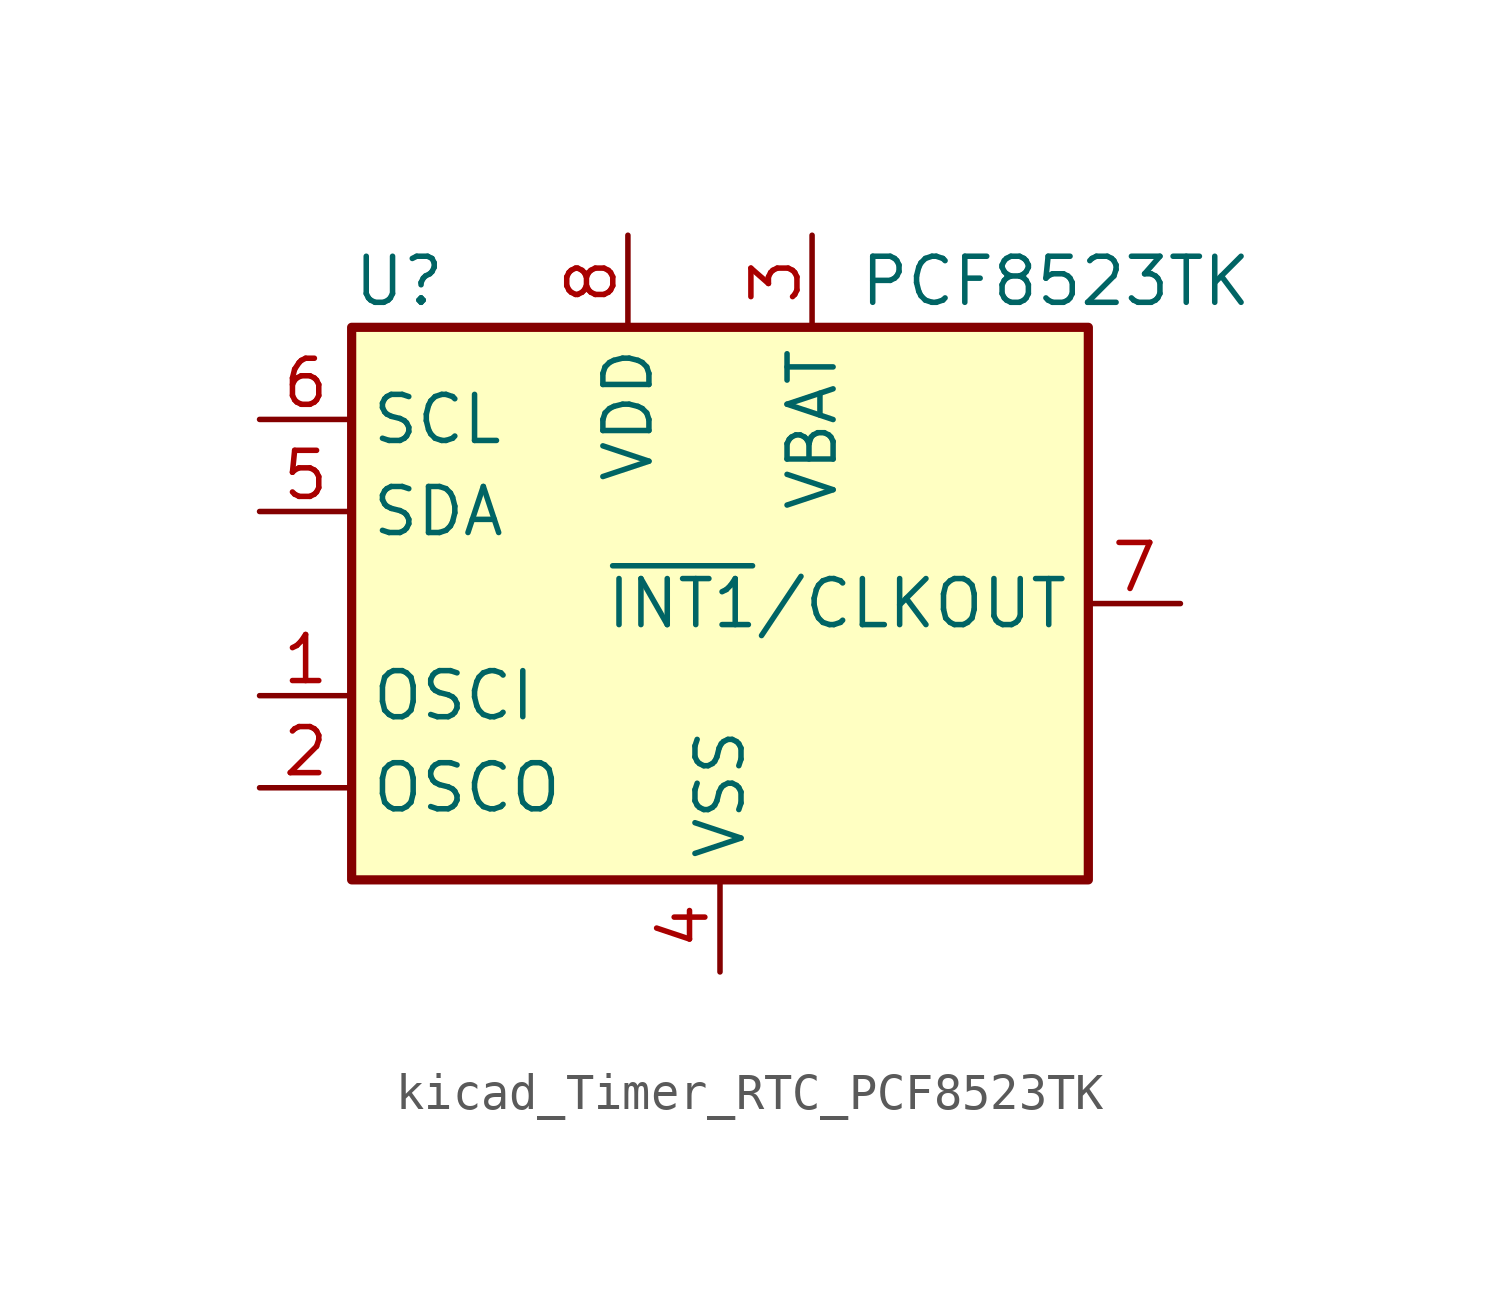
<source format=kicad_sym>
(kicad_symbol_lib
  (version 20220914)
  (generator kicad_symbol_editor)
  (symbol "kicad_Timer_RTC_PCF8523TK"
    (property "Reference" "U"
      (at -10.16 8.89 0)
      (effects (font (size 1.27 1.27)) (justify left)))
    (property "Value" "PCF8523TK"
      (at 3.81 8.89 0)
      (effects (font (size 1.27 1.27)) (justify left)))
    (symbol "kicad_Timer_RTC_PCF8523TK_0_1"
      (rectangle (start -10.16 7.62) (end 10.16 -7.62) (stroke (width 0.254) (type default)) (fill (type background))))
    (symbol "kicad_Timer_RTC_PCF8523TK_1_1"
      (pin input line (at -12.7 -2.54 0) (length 2.54) (name "OSCI" (effects (font (size 1.27 1.27)))) (number "1" (effects (font (size 1.27 1.27)))))
      (pin output line (at -12.7 -5.08 0) (length 2.54) (name "OSCO" (effects (font (size 1.27 1.27)))) (number "2" (effects (font (size 1.27 1.27)))))
      (pin power_in line (at 2.54 10.16 270) (length 2.54) (name "VBAT" (effects (font (size 1.27 1.27)))) (number "3" (effects (font (size 1.27 1.27)))))
      (pin power_in line (at 0 -10.16 90) (length 2.54) (name "VSS" (effects (font (size 1.27 1.27)))) (number "4" (effects (font (size 1.27 1.27)))))
      (pin bidirectional line (at -12.7 2.54 0) (length 2.54) (name "SDA" (effects (font (size 1.27 1.27)))) (number "5" (effects (font (size 1.27 1.27)))))
      (pin input line (at -12.7 5.08 0) (length 2.54) (name "SCL" (effects (font (size 1.27 1.27)))) (number "6" (effects (font (size 1.27 1.27)))))
      (pin open_collector line (at 12.7 0 180) (length 2.54) (name "~{INT1}/CLKOUT" (effects (font (size 1.27 1.27)))) (number "7" (effects (font (size 1.27 1.27)))))
      (pin power_in line (at -2.54 10.16 270) (length 2.54) (name "VDD" (effects (font (size 1.27 1.27)))) (number "8" (effects (font (size 1.27 1.27)))))
      (pin passive line (at 0 -10.16 90) (length 2.54) hide (name "VSS" (effects (font (size 1.27 1.27)))) (number "9" (effects (font (size 1.27 1.27))))))))
</source>
